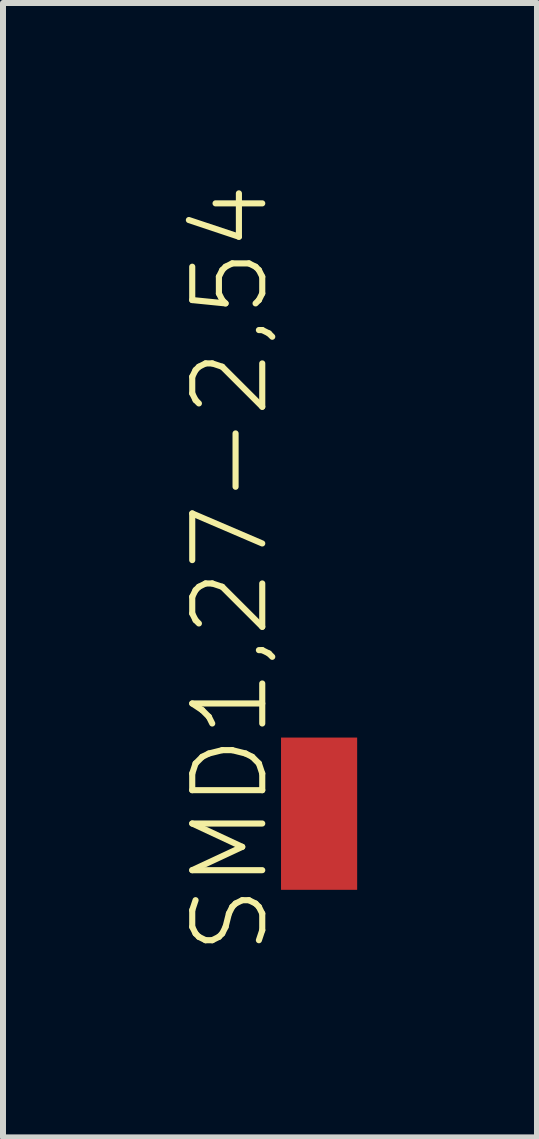
<source format=kicad_pcb>
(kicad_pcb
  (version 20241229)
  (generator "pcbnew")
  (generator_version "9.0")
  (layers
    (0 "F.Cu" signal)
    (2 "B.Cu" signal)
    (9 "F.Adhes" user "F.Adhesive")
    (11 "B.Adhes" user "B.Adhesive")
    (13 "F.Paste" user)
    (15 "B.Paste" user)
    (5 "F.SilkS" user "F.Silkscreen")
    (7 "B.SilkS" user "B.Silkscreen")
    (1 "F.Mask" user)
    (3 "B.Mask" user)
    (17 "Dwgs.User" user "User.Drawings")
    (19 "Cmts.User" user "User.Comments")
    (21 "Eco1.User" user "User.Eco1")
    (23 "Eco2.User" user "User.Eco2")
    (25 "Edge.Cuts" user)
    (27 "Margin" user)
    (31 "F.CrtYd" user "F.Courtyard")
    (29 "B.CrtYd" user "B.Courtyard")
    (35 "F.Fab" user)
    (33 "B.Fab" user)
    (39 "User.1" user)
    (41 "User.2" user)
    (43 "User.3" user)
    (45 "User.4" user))
  (footprint "SMD1,27-2,54"
    (layer "F.Cu")
    (at 2.273 10.524)
    (property "Reference" "SMD1,27-2,54" (at -0.8 2.4 90) (layer "F.SilkS") (effects (font (size 1.168 1.168) (thickness 0.102)) (justify left bottom)))
    (pad "1" smd rect (at 0 0) (size 1.27 2.54) (layers "F.Cu" "F.Mask" "F.Paste")))
  (gr_rect
    (start -3 -3)
    (end 5.908 15.924)
    (stroke (width 0.1) (type default))
    (fill no)
    (layer "Edge.Cuts")))
</source>
